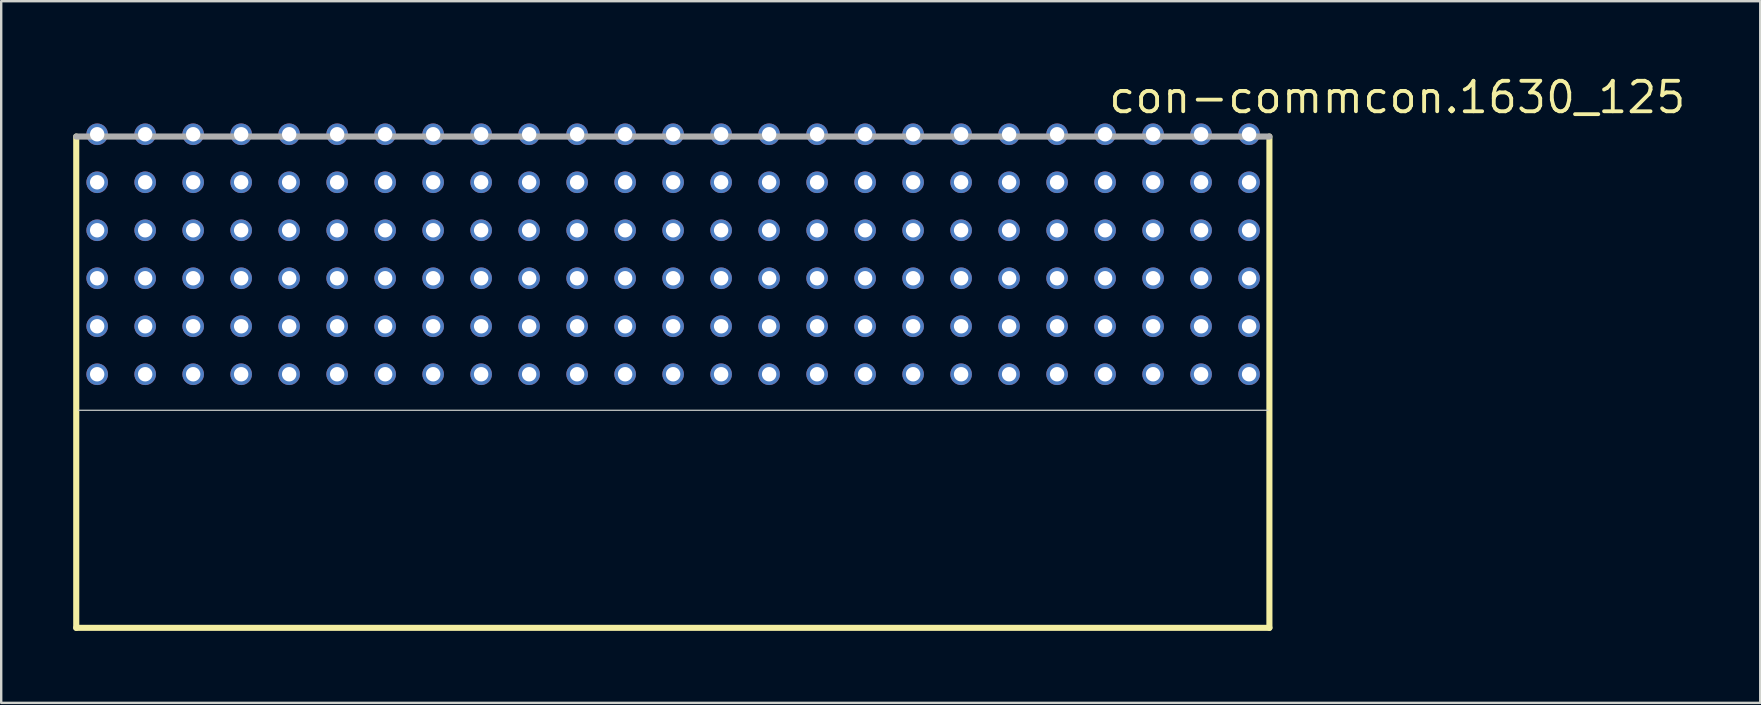
<source format=kicad_pcb>
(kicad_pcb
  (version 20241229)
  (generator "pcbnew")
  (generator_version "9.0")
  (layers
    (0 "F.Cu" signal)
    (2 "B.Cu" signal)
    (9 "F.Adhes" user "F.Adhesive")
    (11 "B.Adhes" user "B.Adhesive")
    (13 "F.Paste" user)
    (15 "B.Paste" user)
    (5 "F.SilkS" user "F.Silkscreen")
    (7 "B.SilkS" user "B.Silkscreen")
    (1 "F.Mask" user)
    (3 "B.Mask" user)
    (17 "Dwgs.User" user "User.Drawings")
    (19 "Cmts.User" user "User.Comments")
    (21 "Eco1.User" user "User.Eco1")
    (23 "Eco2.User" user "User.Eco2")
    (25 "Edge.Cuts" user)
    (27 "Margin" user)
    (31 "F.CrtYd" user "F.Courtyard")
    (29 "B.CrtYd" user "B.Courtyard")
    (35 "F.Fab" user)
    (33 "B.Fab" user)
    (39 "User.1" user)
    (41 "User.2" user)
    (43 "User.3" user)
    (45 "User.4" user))
  (footprint "con-commcon.1630_125"
    (layer "F.Cu")
    (at 24.999 13.815)
    (property "Reference" "con-commcon.1630_125" (at 18.065 -12.065 0) (layer "F.SilkS") (effects (font (size 1.27 1.27) (thickness 0.16)) (justify left bottom)))
    (attr through_hole)
    (fp_line (start -24.872 -11.176) (end -24.872 9.296) (stroke (width 0.254) (type default)) (layer "F.SilkS"))
    (fp_line (start -24.872 9.296) (end 24.847 9.296) (stroke (width 0.254) (type default)) (layer "F.SilkS"))
    (fp_line (start 24.847 9.296) (end 24.847 -11.176) (stroke (width 0.254) (type default)) (layer "F.SilkS"))
    (fp_line (start -24.789 0.23) (end 24.789 0.23) (stroke (width 0.051) (type default)) (layer "Edge.Cuts"))
    (fp_line (start 24.847 -11.176) (end -24.872 -11.176) (stroke (width 0.254) (type default)) (layer "F.Fab"))
    (pad "A1" thru_hole circle (at 24 -1.27) (size 0.9 0.9) (drill 0.6) (layers "*.Cu" "*.Mask"))
    (pad "A2" thru_hole circle (at 22 -1.27) (size 0.9 0.9) (drill 0.6) (layers "*.Cu" "*.Mask"))
    (pad "A3" thru_hole circle (at 20 -1.27) (size 0.9 0.9) (drill 0.6) (layers "*.Cu" "*.Mask"))
    (pad "A4" thru_hole circle (at 18 -1.27) (size 0.9 0.9) (drill 0.6) (layers "*.Cu" "*.Mask"))
    (pad "A5" thru_hole circle (at 16 -1.27) (size 0.9 0.9) (drill 0.6) (layers "*.Cu" "*.Mask"))
    (pad "A6" thru_hole circle (at 14 -1.27) (size 0.9 0.9) (drill 0.6) (layers "*.Cu" "*.Mask"))
    (pad "A7" thru_hole circle (at 12 -1.27) (size 0.9 0.9) (drill 0.6) (layers "*.Cu" "*.Mask"))
    (pad "A8" thru_hole circle (at 10 -1.27) (size 0.9 0.9) (drill 0.6) (layers "*.Cu" "*.Mask"))
    (pad "A9" thru_hole circle (at 8 -1.27) (size 0.9 0.9) (drill 0.6) (layers "*.Cu" "*.Mask"))
    (pad "A10" thru_hole circle (at 6 -1.27) (size 0.9 0.9) (drill 0.6) (layers "*.Cu" "*.Mask"))
    (pad "A11" thru_hole circle (at 4 -1.27) (size 0.9 0.9) (drill 0.6) (layers "*.Cu" "*.Mask"))
    (pad "A12" thru_hole circle (at 2 -1.27) (size 0.9 0.9) (drill 0.6) (layers "*.Cu" "*.Mask"))
    (pad "A13" thru_hole circle (at 0 -1.27) (size 0.9 0.9) (drill 0.6) (layers "*.Cu" "*.Mask"))
    (pad "A14" thru_hole circle (at -2 -1.27) (size 0.9 0.9) (drill 0.6) (layers "*.Cu" "*.Mask"))
    (pad "A15" thru_hole circle (at -4 -1.27) (size 0.9 0.9) (drill 0.6) (layers "*.Cu" "*.Mask"))
    (pad "A16" thru_hole circle (at -6 -1.27) (size 0.9 0.9) (drill 0.6) (layers "*.Cu" "*.Mask"))
    (pad "A17" thru_hole circle (at -8 -1.27) (size 0.9 0.9) (drill 0.6) (layers "*.Cu" "*.Mask"))
    (pad "A18" thru_hole circle (at -10 -1.27) (size 0.9 0.9) (drill 0.6) (layers "*.Cu" "*.Mask"))
    (pad "A19" thru_hole circle (at -12 -1.27) (size 0.9 0.9) (drill 0.6) (layers "*.Cu" "*.Mask"))
    (pad "A20" thru_hole circle (at -14 -1.27) (size 0.9 0.9) (drill 0.6) (layers "*.Cu" "*.Mask"))
    (pad "A21" thru_hole circle (at -16 -1.27) (size 0.9 0.9) (drill 0.6) (layers "*.Cu" "*.Mask"))
    (pad "A22" thru_hole circle (at -18 -1.27) (size 0.9 0.9) (drill 0.6) (layers "*.Cu" "*.Mask"))
    (pad "A23" thru_hole circle (at -20 -1.27) (size 0.9 0.9) (drill 0.6) (layers "*.Cu" "*.Mask"))
    (pad "A24" thru_hole circle (at -22 -1.27) (size 0.9 0.9) (drill 0.6) (layers "*.Cu" "*.Mask"))
    (pad "A25" thru_hole circle (at -24 -1.27) (size 0.9 0.9) (drill 0.6) (layers "*.Cu" "*.Mask"))
    (pad "B1" thru_hole circle (at 24 -3.27) (size 0.9 0.9) (drill 0.6) (layers "*.Cu" "*.Mask"))
    (pad "B2" thru_hole circle (at 22 -3.27) (size 0.9 0.9) (drill 0.6) (layers "*.Cu" "*.Mask"))
    (pad "B3" thru_hole circle (at 20 -3.27) (size 0.9 0.9) (drill 0.6) (layers "*.Cu" "*.Mask"))
    (pad "B4" thru_hole circle (at 18 -3.27) (size 0.9 0.9) (drill 0.6) (layers "*.Cu" "*.Mask"))
    (pad "B5" thru_hole circle (at 16 -3.27) (size 0.9 0.9) (drill 0.6) (layers "*.Cu" "*.Mask"))
    (pad "B6" thru_hole circle (at 14 -3.27) (size 0.9 0.9) (drill 0.6) (layers "*.Cu" "*.Mask"))
    (pad "B7" thru_hole circle (at 12 -3.27) (size 0.9 0.9) (drill 0.6) (layers "*.Cu" "*.Mask"))
    (pad "B8" thru_hole circle (at 10 -3.27) (size 0.9 0.9) (drill 0.6) (layers "*.Cu" "*.Mask"))
    (pad "B9" thru_hole circle (at 8 -3.27) (size 0.9 0.9) (drill 0.6) (layers "*.Cu" "*.Mask"))
    (pad "B10" thru_hole circle (at 6 -3.27) (size 0.9 0.9) (drill 0.6) (layers "*.Cu" "*.Mask"))
    (pad "B11" thru_hole circle (at 4 -3.27) (size 0.9 0.9) (drill 0.6) (layers "*.Cu" "*.Mask"))
    (pad "B12" thru_hole circle (at 2 -3.27) (size 0.9 0.9) (drill 0.6) (layers "*.Cu" "*.Mask"))
    (pad "B13" thru_hole circle (at 0 -3.27) (size 0.9 0.9) (drill 0.6) (layers "*.Cu" "*.Mask"))
    (pad "B14" thru_hole circle (at -2 -3.27) (size 0.9 0.9) (drill 0.6) (layers "*.Cu" "*.Mask"))
    (pad "B15" thru_hole circle (at -4 -3.27) (size 0.9 0.9) (drill 0.6) (layers "*.Cu" "*.Mask"))
    (pad "B16" thru_hole circle (at -6 -3.27) (size 0.9 0.9) (drill 0.6) (layers "*.Cu" "*.Mask"))
    (pad "B17" thru_hole circle (at -8 -3.27) (size 0.9 0.9) (drill 0.6) (layers "*.Cu" "*.Mask"))
    (pad "B18" thru_hole circle (at -10 -3.27) (size 0.9 0.9) (drill 0.6) (layers "*.Cu" "*.Mask"))
    (pad "B19" thru_hole circle (at -12 -3.27) (size 0.9 0.9) (drill 0.6) (layers "*.Cu" "*.Mask"))
    (pad "B20" thru_hole circle (at -14 -3.27) (size 0.9 0.9) (drill 0.6) (layers "*.Cu" "*.Mask"))
    (pad "B21" thru_hole circle (at -16 -3.27) (size 0.9 0.9) (drill 0.6) (layers "*.Cu" "*.Mask"))
    (pad "B22" thru_hole circle (at -18 -3.27) (size 0.9 0.9) (drill 0.6) (layers "*.Cu" "*.Mask"))
    (pad "B23" thru_hole circle (at -20 -3.27) (size 0.9 0.9) (drill 0.6) (layers "*.Cu" "*.Mask"))
    (pad "B24" thru_hole circle (at -22 -3.27) (size 0.9 0.9) (drill 0.6) (layers "*.Cu" "*.Mask"))
    (pad "B25" thru_hole circle (at -24 -3.27) (size 0.9 0.9) (drill 0.6) (layers "*.Cu" "*.Mask"))
    (pad "C1" thru_hole circle (at 24 -5.27) (size 0.9 0.9) (drill 0.6) (layers "*.Cu" "*.Mask"))
    (pad "C2" thru_hole circle (at 22 -5.27) (size 0.9 0.9) (drill 0.6) (layers "*.Cu" "*.Mask"))
    (pad "C3" thru_hole circle (at 20 -5.27) (size 0.9 0.9) (drill 0.6) (layers "*.Cu" "*.Mask"))
    (pad "C4" thru_hole circle (at 18 -5.27) (size 0.9 0.9) (drill 0.6) (layers "*.Cu" "*.Mask"))
    (pad "C5" thru_hole circle (at 16 -5.27) (size 0.9 0.9) (drill 0.6) (layers "*.Cu" "*.Mask"))
    (pad "C6" thru_hole circle (at 14 -5.27) (size 0.9 0.9) (drill 0.6) (layers "*.Cu" "*.Mask"))
    (pad "C7" thru_hole circle (at 12 -5.27) (size 0.9 0.9) (drill 0.6) (layers "*.Cu" "*.Mask"))
    (pad "C8" thru_hole circle (at 10 -5.27) (size 0.9 0.9) (drill 0.6) (layers "*.Cu" "*.Mask"))
    (pad "C9" thru_hole circle (at 8 -5.27) (size 0.9 0.9) (drill 0.6) (layers "*.Cu" "*.Mask"))
    (pad "C10" thru_hole circle (at 6 -5.27) (size 0.9 0.9) (drill 0.6) (layers "*.Cu" "*.Mask"))
    (pad "C11" thru_hole circle (at 4 -5.27) (size 0.9 0.9) (drill 0.6) (layers "*.Cu" "*.Mask"))
    (pad "C12" thru_hole circle (at 2 -5.27) (size 0.9 0.9) (drill 0.6) (layers "*.Cu" "*.Mask"))
    (pad "C13" thru_hole circle (at 0 -5.27) (size 0.9 0.9) (drill 0.6) (layers "*.Cu" "*.Mask"))
    (pad "C14" thru_hole circle (at -2 -5.27) (size 0.9 0.9) (drill 0.6) (layers "*.Cu" "*.Mask"))
    (pad "C15" thru_hole circle (at -4 -5.27) (size 0.9 0.9) (drill 0.6) (layers "*.Cu" "*.Mask"))
    (pad "C16" thru_hole circle (at -6 -5.27) (size 0.9 0.9) (drill 0.6) (layers "*.Cu" "*.Mask"))
    (pad "C17" thru_hole circle (at -8 -5.27) (size 0.9 0.9) (drill 0.6) (layers "*.Cu" "*.Mask"))
    (pad "C18" thru_hole circle (at -10 -5.27) (size 0.9 0.9) (drill 0.6) (layers "*.Cu" "*.Mask"))
    (pad "C19" thru_hole circle (at -12 -5.27) (size 0.9 0.9) (drill 0.6) (layers "*.Cu" "*.Mask"))
    (pad "C20" thru_hole circle (at -14 -5.27) (size 0.9 0.9) (drill 0.6) (layers "*.Cu" "*.Mask"))
    (pad "C21" thru_hole circle (at -16 -5.27) (size 0.9 0.9) (drill 0.6) (layers "*.Cu" "*.Mask"))
    (pad "C22" thru_hole circle (at -18 -5.27) (size 0.9 0.9) (drill 0.6) (layers "*.Cu" "*.Mask"))
    (pad "C23" thru_hole circle (at -20 -5.27) (size 0.9 0.9) (drill 0.6) (layers "*.Cu" "*.Mask"))
    (pad "C24" thru_hole circle (at -22 -5.27) (size 0.9 0.9) (drill 0.6) (layers "*.Cu" "*.Mask"))
    (pad "C25" thru_hole circle (at -24 -5.27) (size 0.9 0.9) (drill 0.6) (layers "*.Cu" "*.Mask"))
    (pad "D1" thru_hole circle (at 24 -7.27) (size 0.9 0.9) (drill 0.6) (layers "*.Cu" "*.Mask"))
    (pad "D2" thru_hole circle (at 22 -7.27) (size 0.9 0.9) (drill 0.6) (layers "*.Cu" "*.Mask"))
    (pad "D3" thru_hole circle (at 20 -7.27) (size 0.9 0.9) (drill 0.6) (layers "*.Cu" "*.Mask"))
    (pad "D4" thru_hole circle (at 18 -7.27) (size 0.9 0.9) (drill 0.6) (layers "*.Cu" "*.Mask"))
    (pad "D5" thru_hole circle (at 16 -7.27) (size 0.9 0.9) (drill 0.6) (layers "*.Cu" "*.Mask"))
    (pad "D6" thru_hole circle (at 14 -7.27) (size 0.9 0.9) (drill 0.6) (layers "*.Cu" "*.Mask"))
    (pad "D7" thru_hole circle (at 12 -7.27) (size 0.9 0.9) (drill 0.6) (layers "*.Cu" "*.Mask"))
    (pad "D8" thru_hole circle (at 10 -7.27) (size 0.9 0.9) (drill 0.6) (layers "*.Cu" "*.Mask"))
    (pad "D9" thru_hole circle (at 8 -7.27) (size 0.9 0.9) (drill 0.6) (layers "*.Cu" "*.Mask"))
    (pad "D10" thru_hole circle (at 6 -7.27) (size 0.9 0.9) (drill 0.6) (layers "*.Cu" "*.Mask"))
    (pad "D11" thru_hole circle (at 4 -7.27) (size 0.9 0.9) (drill 0.6) (layers "*.Cu" "*.Mask"))
    (pad "D12" thru_hole circle (at 2 -7.27) (size 0.9 0.9) (drill 0.6) (layers "*.Cu" "*.Mask"))
    (pad "D13" thru_hole circle (at 0 -7.27) (size 0.9 0.9) (drill 0.6) (layers "*.Cu" "*.Mask"))
    (pad "D14" thru_hole circle (at -2 -7.27) (size 0.9 0.9) (drill 0.6) (layers "*.Cu" "*.Mask"))
    (pad "D15" thru_hole circle (at -4 -7.27) (size 0.9 0.9) (drill 0.6) (layers "*.Cu" "*.Mask"))
    (pad "D16" thru_hole circle (at -6 -7.27) (size 0.9 0.9) (drill 0.6) (layers "*.Cu" "*.Mask"))
    (pad "D17" thru_hole circle (at -8 -7.27) (size 0.9 0.9) (drill 0.6) (layers "*.Cu" "*.Mask"))
    (pad "D18" thru_hole circle (at -10 -7.27) (size 0.9 0.9) (drill 0.6) (layers "*.Cu" "*.Mask"))
    (pad "D19" thru_hole circle (at -12 -7.27) (size 0.9 0.9) (drill 0.6) (layers "*.Cu" "*.Mask"))
    (pad "D20" thru_hole circle (at -14 -7.27) (size 0.9 0.9) (drill 0.6) (layers "*.Cu" "*.Mask"))
    (pad "D21" thru_hole circle (at -16 -7.27) (size 0.9 0.9) (drill 0.6) (layers "*.Cu" "*.Mask"))
    (pad "D22" thru_hole circle (at -18 -7.27) (size 0.9 0.9) (drill 0.6) (layers "*.Cu" "*.Mask"))
    (pad "D23" thru_hole circle (at -20 -7.27) (size 0.9 0.9) (drill 0.6) (layers "*.Cu" "*.Mask"))
    (pad "D24" thru_hole circle (at -22 -7.27) (size 0.9 0.9) (drill 0.6) (layers "*.Cu" "*.Mask"))
    (pad "D25" thru_hole circle (at -24 -7.27) (size 0.9 0.9) (drill 0.6) (layers "*.Cu" "*.Mask"))
    (pad "E1" thru_hole circle (at 24 -9.27) (size 0.9 0.9) (drill 0.6) (layers "*.Cu" "*.Mask"))
    (pad "E2" thru_hole circle (at 22 -9.27) (size 0.9 0.9) (drill 0.6) (layers "*.Cu" "*.Mask"))
    (pad "E3" thru_hole circle (at 20 -9.27) (size 0.9 0.9) (drill 0.6) (layers "*.Cu" "*.Mask"))
    (pad "E4" thru_hole circle (at 18 -9.27) (size 0.9 0.9) (drill 0.6) (layers "*.Cu" "*.Mask"))
    (pad "E5" thru_hole circle (at 16 -9.27) (size 0.9 0.9) (drill 0.6) (layers "*.Cu" "*.Mask"))
    (pad "E6" thru_hole circle (at 14 -9.27) (size 0.9 0.9) (drill 0.6) (layers "*.Cu" "*.Mask"))
    (pad "E7" thru_hole circle (at 12 -9.27) (size 0.9 0.9) (drill 0.6) (layers "*.Cu" "*.Mask"))
    (pad "E8" thru_hole circle (at 10 -9.27) (size 0.9 0.9) (drill 0.6) (layers "*.Cu" "*.Mask"))
    (pad "E9" thru_hole circle (at 8 -9.27) (size 0.9 0.9) (drill 0.6) (layers "*.Cu" "*.Mask"))
    (pad "E10" thru_hole circle (at 6 -9.27) (size 0.9 0.9) (drill 0.6) (layers "*.Cu" "*.Mask"))
    (pad "E11" thru_hole circle (at 4 -9.27) (size 0.9 0.9) (drill 0.6) (layers "*.Cu" "*.Mask"))
    (pad "E12" thru_hole circle (at 2 -9.27) (size 0.9 0.9) (drill 0.6) (layers "*.Cu" "*.Mask"))
    (pad "E13" thru_hole circle (at 0 -9.27) (size 0.9 0.9) (drill 0.6) (layers "*.Cu" "*.Mask"))
    (pad "E14" thru_hole circle (at -2 -9.27) (size 0.9 0.9) (drill 0.6) (layers "*.Cu" "*.Mask"))
    (pad "E15" thru_hole circle (at -4 -9.27) (size 0.9 0.9) (drill 0.6) (layers "*.Cu" "*.Mask"))
    (pad "E16" thru_hole circle (at -6 -9.27) (size 0.9 0.9) (drill 0.6) (layers "*.Cu" "*.Mask"))
    (pad "E17" thru_hole circle (at -8 -9.27) (size 0.9 0.9) (drill 0.6) (layers "*.Cu" "*.Mask"))
    (pad "E18" thru_hole circle (at -10 -9.27) (size 0.9 0.9) (drill 0.6) (layers "*.Cu" "*.Mask"))
    (pad "E19" thru_hole circle (at -12 -9.27) (size 0.9 0.9) (drill 0.6) (layers "*.Cu" "*.Mask"))
    (pad "E20" thru_hole circle (at -14 -9.27) (size 0.9 0.9) (drill 0.6) (layers "*.Cu" "*.Mask"))
    (pad "E21" thru_hole circle (at -16 -9.27) (size 0.9 0.9) (drill 0.6) (layers "*.Cu" "*.Mask"))
    (pad "E22" thru_hole circle (at -18 -9.27) (size 0.9 0.9) (drill 0.6) (layers "*.Cu" "*.Mask"))
    (pad "E23" thru_hole circle (at -20 -9.27) (size 0.9 0.9) (drill 0.6) (layers "*.Cu" "*.Mask"))
    (pad "E24" thru_hole circle (at -22 -9.27) (size 0.9 0.9) (drill 0.6) (layers "*.Cu" "*.Mask"))
    (pad "E25" thru_hole circle (at -24 -9.27) (size 0.9 0.9) (drill 0.6) (layers "*.Cu" "*.Mask"))
    (pad "F1" thru_hole circle (at 24 -11.27) (size 0.9 0.9) (drill 0.6) (layers "*.Cu" "*.Mask"))
    (pad "F2" thru_hole circle (at 22 -11.27) (size 0.9 0.9) (drill 0.6) (layers "*.Cu" "*.Mask"))
    (pad "F3" thru_hole circle (at 20 -11.27) (size 0.9 0.9) (drill 0.6) (layers "*.Cu" "*.Mask"))
    (pad "F4" thru_hole circle (at 18 -11.27) (size 0.9 0.9) (drill 0.6) (layers "*.Cu" "*.Mask"))
    (pad "F5" thru_hole circle (at 16 -11.27) (size 0.9 0.9) (drill 0.6) (layers "*.Cu" "*.Mask"))
    (pad "F6" thru_hole circle (at 14 -11.27) (size 0.9 0.9) (drill 0.6) (layers "*.Cu" "*.Mask"))
    (pad "F7" thru_hole circle (at 12 -11.27) (size 0.9 0.9) (drill 0.6) (layers "*.Cu" "*.Mask"))
    (pad "F8" thru_hole circle (at 10 -11.27) (size 0.9 0.9) (drill 0.6) (layers "*.Cu" "*.Mask"))
    (pad "F9" thru_hole circle (at 8 -11.27) (size 0.9 0.9) (drill 0.6) (layers "*.Cu" "*.Mask"))
    (pad "F10" thru_hole circle (at 6 -11.27) (size 0.9 0.9) (drill 0.6) (layers "*.Cu" "*.Mask"))
    (pad "F11" thru_hole circle (at 4 -11.27) (size 0.9 0.9) (drill 0.6) (layers "*.Cu" "*.Mask"))
    (pad "F12" thru_hole circle (at 2 -11.27) (size 0.9 0.9) (drill 0.6) (layers "*.Cu" "*.Mask"))
    (pad "F13" thru_hole circle (at 0 -11.27) (size 0.9 0.9) (drill 0.6) (layers "*.Cu" "*.Mask"))
    (pad "F14" thru_hole circle (at -2 -11.27) (size 0.9 0.9) (drill 0.6) (layers "*.Cu" "*.Mask"))
    (pad "F15" thru_hole circle (at -4 -11.27) (size 0.9 0.9) (drill 0.6) (layers "*.Cu" "*.Mask"))
    (pad "F16" thru_hole circle (at -6 -11.27) (size 0.9 0.9) (drill 0.6) (layers "*.Cu" "*.Mask"))
    (pad "F17" thru_hole circle (at -8 -11.27) (size 0.9 0.9) (drill 0.6) (layers "*.Cu" "*.Mask"))
    (pad "F18" thru_hole circle (at -10 -11.27) (size 0.9 0.9) (drill 0.6) (layers "*.Cu" "*.Mask"))
    (pad "F19" thru_hole circle (at -12 -11.27) (size 0.9 0.9) (drill 0.6) (layers "*.Cu" "*.Mask"))
    (pad "F20" thru_hole circle (at -14 -11.27) (size 0.9 0.9) (drill 0.6) (layers "*.Cu" "*.Mask"))
    (pad "F21" thru_hole circle (at -16 -11.27) (size 0.9 0.9) (drill 0.6) (layers "*.Cu" "*.Mask"))
    (pad "F22" thru_hole circle (at -18 -11.27) (size 0.9 0.9) (drill 0.6) (layers "*.Cu" "*.Mask"))
    (pad "F23" thru_hole circle (at -20 -11.27) (size 0.9 0.9) (drill 0.6) (layers "*.Cu" "*.Mask"))
    (pad "F24" thru_hole circle (at -22 -11.27) (size 0.9 0.9) (drill 0.6) (layers "*.Cu" "*.Mask"))
    (pad "F25" thru_hole circle (at -24 -11.27) (size 0.9 0.9) (drill 0.6) (layers "*.Cu" "*.Mask")))
  (gr_rect
    (start -3 -3)
    (end 70.299 26.238)
    (stroke (width 0.1) (type default))
    (fill no)
    (layer "Edge.Cuts")))
</source>
